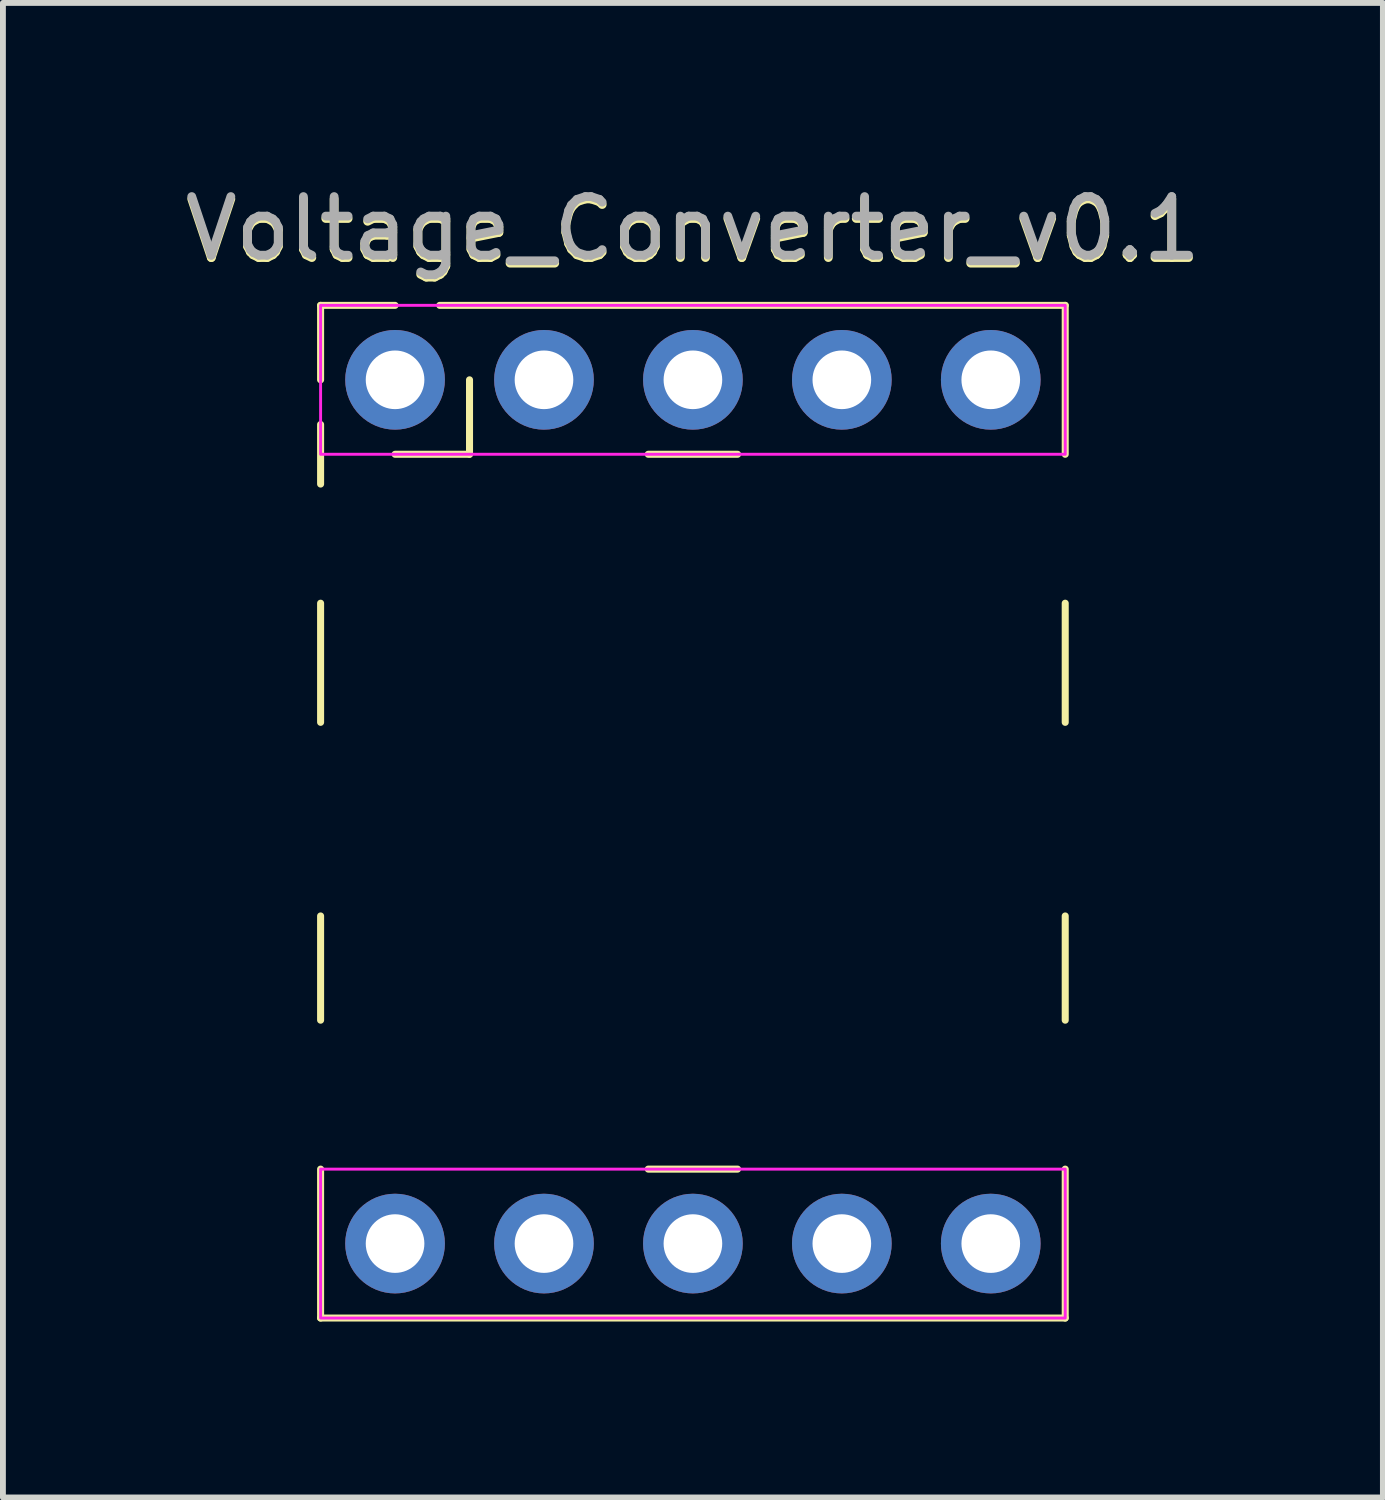
<source format=kicad_pcb>
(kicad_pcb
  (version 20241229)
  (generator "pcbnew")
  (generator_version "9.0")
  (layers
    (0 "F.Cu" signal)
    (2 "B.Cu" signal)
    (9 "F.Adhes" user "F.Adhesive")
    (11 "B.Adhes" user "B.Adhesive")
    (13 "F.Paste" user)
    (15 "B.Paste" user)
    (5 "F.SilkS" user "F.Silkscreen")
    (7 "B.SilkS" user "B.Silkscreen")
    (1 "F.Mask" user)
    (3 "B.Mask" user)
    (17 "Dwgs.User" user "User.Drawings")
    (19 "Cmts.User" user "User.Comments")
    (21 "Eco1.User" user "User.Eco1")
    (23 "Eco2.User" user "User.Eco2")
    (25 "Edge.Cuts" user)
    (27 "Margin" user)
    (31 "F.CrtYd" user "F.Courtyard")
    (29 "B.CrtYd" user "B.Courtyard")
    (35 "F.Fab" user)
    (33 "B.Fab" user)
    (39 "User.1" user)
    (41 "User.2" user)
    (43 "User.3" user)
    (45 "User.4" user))
  (footprint "Voltage_Converter_v0.1"
    (layer "F.Cu")
    (at 8.768 11.048)
    (property "Reference" "Voltage_Converter_v0.1" (at 0 -10.16 0) (unlocked yes) (layer "F.SilkS") (effects (font (size 1 1) (thickness 0.15))))
    (attr through_hole)
    (fp_line (start -6.35 -8.89) (end -5.08 -8.89) (stroke (width 0.12) (type default)) (layer "F.SilkS"))
    (fp_line (start -6.35 -7.62) (end -6.35 -8.89) (stroke (width 0.12) (type default)) (layer "F.SilkS"))
    (fp_line (start -6.35 -5.842) (end -6.35 -6.858) (stroke (width 0.12) (type default)) (layer "F.SilkS"))
    (fp_line (start -6.35 -3.81) (end -6.35 -1.778) (stroke (width 0.12) (type default)) (layer "F.SilkS"))
    (fp_line (start -6.35 1.524) (end -6.35 3.302) (stroke (width 0.12) (type default)) (layer "F.SilkS"))
    (fp_line (start -6.35 8.382) (end -6.35 5.842) (stroke (width 0.12) (type default)) (layer "F.SilkS"))
    (fp_line (start -5.08 -6.35) (end -3.81 -6.35) (stroke (width 0.12) (type default)) (layer "F.SilkS"))
    (fp_line (start -4.318 -8.89) (end 6.35 -8.89) (stroke (width 0.12) (type default)) (layer "F.SilkS"))
    (fp_line (start -3.81 -6.35) (end -3.81 -7.62) (stroke (width 0.12) (type default)) (layer "F.SilkS"))
    (fp_line (start -0.762 -6.35) (end 0.762 -6.35) (stroke (width 0.12) (type default)) (layer "F.SilkS"))
    (fp_line (start -0.762 5.842) (end 0.762 5.842) (stroke (width 0.12) (type default)) (layer "F.SilkS"))
    (fp_line (start 6.35 -8.89) (end 6.35 -6.35) (stroke (width 0.12) (type default)) (layer "F.SilkS"))
    (fp_line (start 6.35 -3.81) (end 6.35 -1.778) (stroke (width 0.12) (type default)) (layer "F.SilkS"))
    (fp_line (start 6.35 1.524) (end 6.35 3.302) (stroke (width 0.12) (type default)) (layer "F.SilkS"))
    (fp_line (start 6.35 5.842) (end 6.35 8.382) (stroke (width 0.12) (type default)) (layer "F.SilkS"))
    (fp_line (start 6.35 8.382) (end -6.35 8.382) (stroke (width 0.12) (type default)) (layer "F.SilkS"))
    (fp_rect (start -6.35 -8.89) (end 6.35 -6.35) (stroke (width 0.05) (type default)) (fill no) (layer "F.CrtYd"))
    (fp_rect (start -6.35 5.842) (end 6.35 8.382) (stroke (width 0.05) (type default)) (fill no) (layer "F.CrtYd"))
    (fp_text user "${REFERENCE}" (at 0 -10.2 0) (unlocked yes) (layer "F.Fab") (effects (font (size 1 1) (thickness 0.15))))
    (pad "1" thru_hole circle (at -5.08 -7.62) (size 1.7 1.7) (drill 1) (layers "*.Cu" "*.Mask"))
    (pad "2" thru_hole circle (at -2.54 -7.62) (size 1.7 1.7) (drill 1) (layers "*.Cu" "*.Mask"))
    (pad "3" thru_hole circle (at 0 -7.62) (size 1.7 1.7) (drill 1) (layers "*.Cu" "*.Mask"))
    (pad "4" thru_hole circle (at 2.54 -7.62) (size 1.7 1.7) (drill 1) (layers "*.Cu" "*.Mask"))
    (pad "5" thru_hole circle (at 5.08 -7.62) (size 1.7 1.7) (drill 1) (layers "*.Cu" "*.Mask"))
    (pad "6" thru_hole circle (at -5.08 7.112) (size 1.7 1.7) (drill 1) (layers "*.Cu" "*.Mask"))
    (pad "7" thru_hole circle (at -2.54 7.112) (size 1.7 1.7) (drill 1) (layers "*.Cu" "*.Mask"))
    (pad "8" thru_hole circle (at 0 7.112) (size 1.7 1.7) (drill 1) (layers "*.Cu" "*.Mask"))
    (pad "9" thru_hole circle (at 2.54 7.112) (size 1.7 1.7) (drill 1) (layers "*.Cu" "*.Mask"))
    (pad "10" thru_hole circle (at 5.08 7.112) (size 1.7 1.7) (drill 1) (layers "*.Cu" "*.Mask")))
  (gr_rect
    (start -3 -3)
    (end 20.536 22.49)
    (stroke (width 0.1) (type default))
    (fill no)
    (layer "Edge.Cuts")))
</source>
